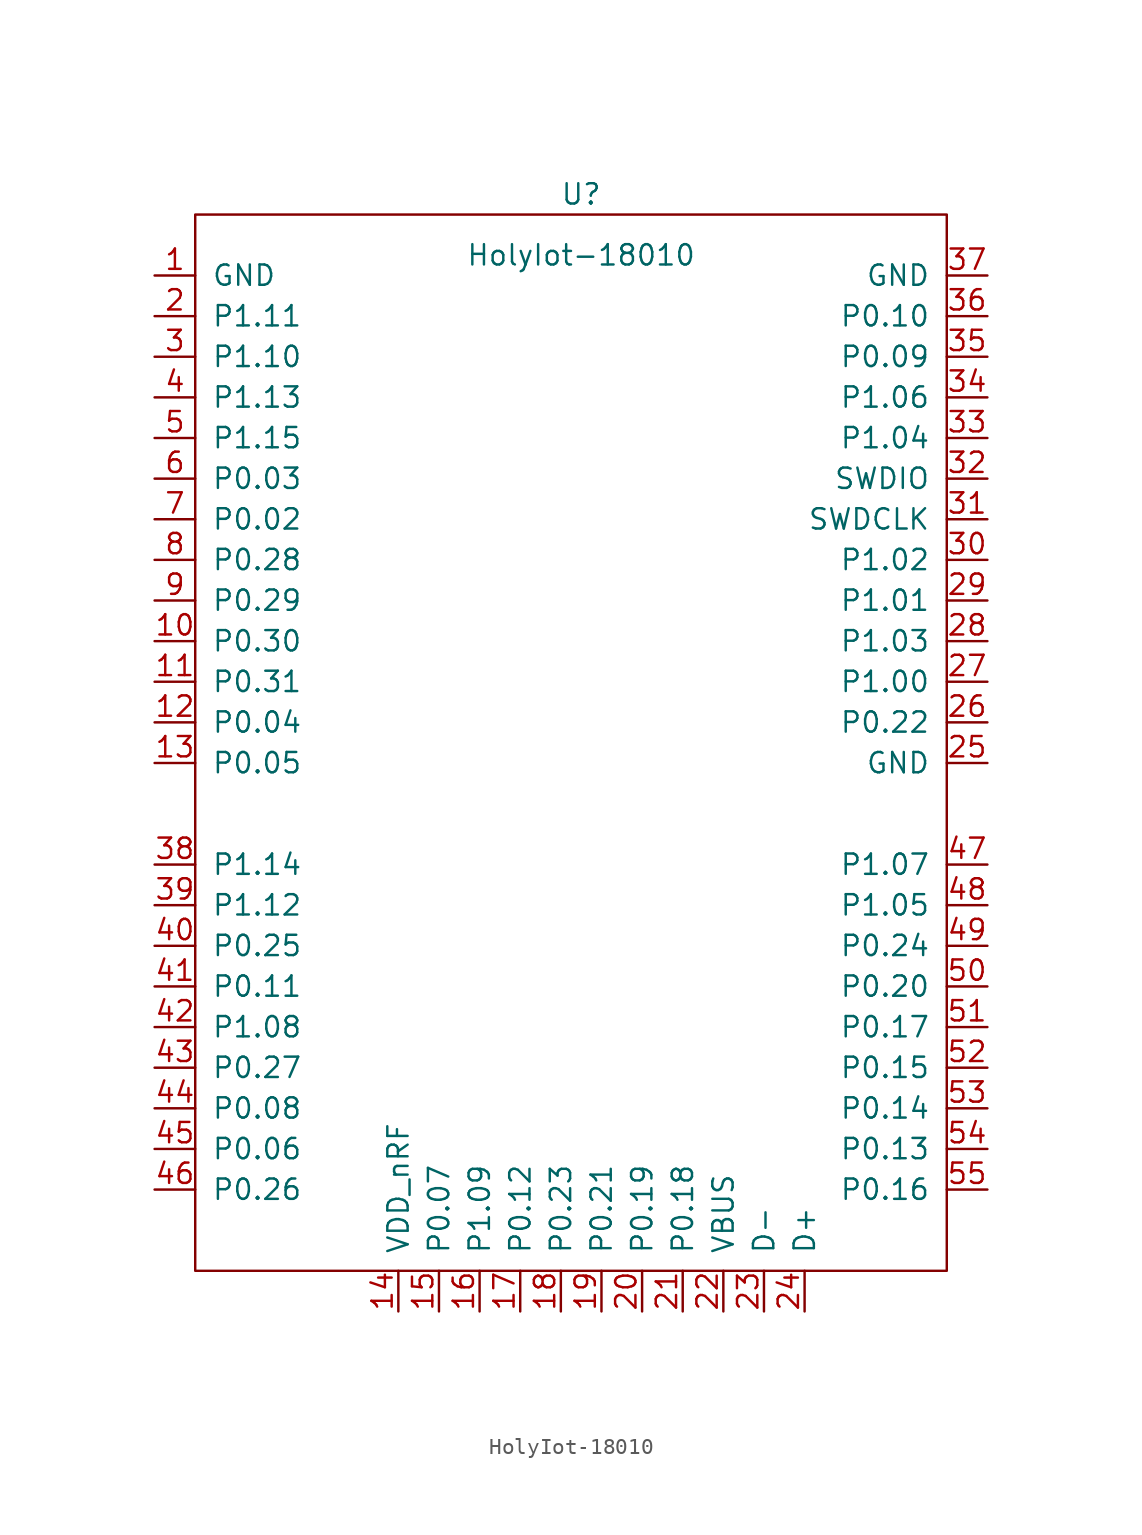
<source format=kicad_sym>
(kicad_symbol_lib
  (version 20211014)
  (generator kicad_symbol_editor)
  (symbol "HolyIot-18010"
    (pin_names
      (offset 1.016))
    (property "Reference" "U"
      (at 26.67 -1.27 0)
      (effects (font (size 1.27 1.27))))
    (property "Value" "HolyIot-18010"
      (at 26.67 -5.08 0)
      (effects (font (size 1.27 1.27))))
    (symbol "HolyIot-18010_0_1"
      (rectangle (start 2.54 -2.54) (end 49.53 -68.58) (stroke (width 0) (type default) (color 0 0 0 0)) (fill (type none))))
    (symbol "HolyIot-18010_1_1"
      (pin input line (at 0 -6.35 0) (length 2.54) (name "GND" (effects (font (size 1.27 1.27)))) (number "1" (effects (font (size 1.27 1.27)))))
      (pin bidirectional line (at 0 -29.21 0) (length 2.54) (name "P0.30" (effects (font (size 1.27 1.27)))) (number "10" (effects (font (size 1.27 1.27)))))
      (pin bidirectional line (at 0 -31.75 0) (length 2.54) (name "P0.31" (effects (font (size 1.27 1.27)))) (number "11" (effects (font (size 1.27 1.27)))))
      (pin bidirectional line (at 0 -34.29 0) (length 2.54) (name "P0.04" (effects (font (size 1.27 1.27)))) (number "12" (effects (font (size 1.27 1.27)))))
      (pin bidirectional line (at 0 -36.83 0) (length 2.54) (name "P0.05" (effects (font (size 1.27 1.27)))) (number "13" (effects (font (size 1.27 1.27)))))
      (pin bidirectional line (at 15.24 -71.12 90) (length 2.54) (name "VDD_nRF" (effects (font (size 1.27 1.27)))) (number "14" (effects (font (size 1.27 1.27)))))
      (pin bidirectional line (at 17.78 -71.12 90) (length 2.54) (name "P0.07" (effects (font (size 1.27 1.27)))) (number "15" (effects (font (size 1.27 1.27)))))
      (pin bidirectional line (at 20.32 -71.12 90) (length 2.54) (name "P1.09" (effects (font (size 1.27 1.27)))) (number "16" (effects (font (size 1.27 1.27)))))
      (pin bidirectional line (at 22.86 -71.12 90) (length 2.54) (name "P0.12" (effects (font (size 1.27 1.27)))) (number "17" (effects (font (size 1.27 1.27)))))
      (pin bidirectional line (at 25.4 -71.12 90) (length 2.54) (name "P0.23" (effects (font (size 1.27 1.27)))) (number "18" (effects (font (size 1.27 1.27)))))
      (pin bidirectional line (at 27.94 -71.12 90) (length 2.54) (name "P0.21" (effects (font (size 1.27 1.27)))) (number "19" (effects (font (size 1.27 1.27)))))
      (pin bidirectional line (at 0 -8.89 0) (length 2.54) (name "P1.11" (effects (font (size 1.27 1.27)))) (number "2" (effects (font (size 1.27 1.27)))))
      (pin bidirectional line (at 30.48 -71.12 90) (length 2.54) (name "P0.19" (effects (font (size 1.27 1.27)))) (number "20" (effects (font (size 1.27 1.27)))))
      (pin bidirectional line (at 33.02 -71.12 90) (length 2.54) (name "P0.18" (effects (font (size 1.27 1.27)))) (number "21" (effects (font (size 1.27 1.27)))))
      (pin input line (at 35.56 -71.12 90) (length 2.54) (name "VBUS" (effects (font (size 1.27 1.27)))) (number "22" (effects (font (size 1.27 1.27)))))
      (pin bidirectional line (at 38.1 -71.12 90) (length 2.54) (name "D-" (effects (font (size 1.27 1.27)))) (number "23" (effects (font (size 1.27 1.27)))))
      (pin bidirectional line (at 40.64 -71.12 90) (length 2.54) (name "D+" (effects (font (size 1.27 1.27)))) (number "24" (effects (font (size 1.27 1.27)))))
      (pin input line (at 52.07 -36.83 180) (length 2.54) (name "GND" (effects (font (size 1.27 1.27)))) (number "25" (effects (font (size 1.27 1.27)))))
      (pin bidirectional line (at 52.07 -34.29 180) (length 2.54) (name "P0.22" (effects (font (size 1.27 1.27)))) (number "26" (effects (font (size 1.27 1.27)))))
      (pin bidirectional line (at 52.07 -31.75 180) (length 2.54) (name "P1.00" (effects (font (size 1.27 1.27)))) (number "27" (effects (font (size 1.27 1.27)))))
      (pin bidirectional line (at 52.07 -29.21 180) (length 2.54) (name "P1.03" (effects (font (size 1.27 1.27)))) (number "28" (effects (font (size 1.27 1.27)))))
      (pin bidirectional line (at 52.07 -26.67 180) (length 2.54) (name "P1.01" (effects (font (size 1.27 1.27)))) (number "29" (effects (font (size 1.27 1.27)))))
      (pin bidirectional line (at 0 -11.43 0) (length 2.54) (name "P1.10" (effects (font (size 1.27 1.27)))) (number "3" (effects (font (size 1.27 1.27)))))
      (pin bidirectional line (at 52.07 -24.13 180) (length 2.54) (name "P1.02" (effects (font (size 1.27 1.27)))) (number "30" (effects (font (size 1.27 1.27)))))
      (pin input line (at 52.07 -21.59 180) (length 2.54) (name "SWDCLK" (effects (font (size 1.27 1.27)))) (number "31" (effects (font (size 1.27 1.27)))))
      (pin bidirectional line (at 52.07 -19.05 180) (length 2.54) (name "SWDIO" (effects (font (size 1.27 1.27)))) (number "32" (effects (font (size 1.27 1.27)))))
      (pin bidirectional line (at 52.07 -16.51 180) (length 2.54) (name "P1.04" (effects (font (size 1.27 1.27)))) (number "33" (effects (font (size 1.27 1.27)))))
      (pin bidirectional line (at 52.07 -13.97 180) (length 2.54) (name "P1.06" (effects (font (size 1.27 1.27)))) (number "34" (effects (font (size 1.27 1.27)))))
      (pin bidirectional line (at 52.07 -11.43 180) (length 2.54) (name "P0.09" (effects (font (size 1.27 1.27)))) (number "35" (effects (font (size 1.27 1.27)))))
      (pin bidirectional line (at 52.07 -8.89 180) (length 2.54) (name "P0.10" (effects (font (size 1.27 1.27)))) (number "36" (effects (font (size 1.27 1.27)))))
      (pin input line (at 52.07 -6.35 180) (length 2.54) (name "GND" (effects (font (size 1.27 1.27)))) (number "37" (effects (font (size 1.27 1.27)))))
      (pin bidirectional line (at 0 -43.18 0) (length 2.54) (name "P1.14" (effects (font (size 1.27 1.27)))) (number "38" (effects (font (size 1.27 1.27)))))
      (pin bidirectional line (at 0 -45.72 0) (length 2.54) (name "P1.12" (effects (font (size 1.27 1.27)))) (number "39" (effects (font (size 1.27 1.27)))))
      (pin bidirectional line (at 0 -13.97 0) (length 2.54) (name "P1.13" (effects (font (size 1.27 1.27)))) (number "4" (effects (font (size 1.27 1.27)))))
      (pin bidirectional line (at 0 -48.26 0) (length 2.54) (name "P0.25" (effects (font (size 1.27 1.27)))) (number "40" (effects (font (size 1.27 1.27)))))
      (pin bidirectional line (at 0 -50.8 0) (length 2.54) (name "P0.11" (effects (font (size 1.27 1.27)))) (number "41" (effects (font (size 1.27 1.27)))))
      (pin bidirectional line (at 0 -53.34 0) (length 2.54) (name "P1.08" (effects (font (size 1.27 1.27)))) (number "42" (effects (font (size 1.27 1.27)))))
      (pin bidirectional line (at 0 -55.88 0) (length 2.54) (name "P0.27" (effects (font (size 1.27 1.27)))) (number "43" (effects (font (size 1.27 1.27)))))
      (pin bidirectional line (at 0 -58.42 0) (length 2.54) (name "P0.08" (effects (font (size 1.27 1.27)))) (number "44" (effects (font (size 1.27 1.27)))))
      (pin bidirectional line (at 0 -60.96 0) (length 2.54) (name "P0.06" (effects (font (size 1.27 1.27)))) (number "45" (effects (font (size 1.27 1.27)))))
      (pin bidirectional line (at 0 -63.5 0) (length 2.54) (name "P0.26" (effects (font (size 1.27 1.27)))) (number "46" (effects (font (size 1.27 1.27)))))
      (pin bidirectional line (at 52.07 -43.18 180) (length 2.54) (name "P1.07" (effects (font (size 1.27 1.27)))) (number "47" (effects (font (size 1.27 1.27)))))
      (pin bidirectional line (at 52.07 -45.72 180) (length 2.54) (name "P1.05" (effects (font (size 1.27 1.27)))) (number "48" (effects (font (size 1.27 1.27)))))
      (pin bidirectional line (at 52.07 -48.26 180) (length 2.54) (name "P0.24" (effects (font (size 1.27 1.27)))) (number "49" (effects (font (size 1.27 1.27)))))
      (pin bidirectional line (at 0 -16.51 0) (length 2.54) (name "P1.15" (effects (font (size 1.27 1.27)))) (number "5" (effects (font (size 1.27 1.27)))))
      (pin bidirectional line (at 52.07 -50.8 180) (length 2.54) (name "P0.20" (effects (font (size 1.27 1.27)))) (number "50" (effects (font (size 1.27 1.27)))))
      (pin bidirectional line (at 52.07 -53.34 180) (length 2.54) (name "P0.17" (effects (font (size 1.27 1.27)))) (number "51" (effects (font (size 1.27 1.27)))))
      (pin bidirectional line (at 52.07 -55.88 180) (length 2.54) (name "P0.15" (effects (font (size 1.27 1.27)))) (number "52" (effects (font (size 1.27 1.27)))))
      (pin bidirectional line (at 52.07 -58.42 180) (length 2.54) (name "P0.14" (effects (font (size 1.27 1.27)))) (number "53" (effects (font (size 1.27 1.27)))))
      (pin bidirectional line (at 52.07 -60.96 180) (length 2.54) (name "P0.13" (effects (font (size 1.27 1.27)))) (number "54" (effects (font (size 1.27 1.27)))))
      (pin bidirectional line (at 52.07 -63.5 180) (length 2.54) (name "P0.16" (effects (font (size 1.27 1.27)))) (number "55" (effects (font (size 1.27 1.27)))))
      (pin bidirectional line (at 0 -19.05 0) (length 2.54) (name "P0.03" (effects (font (size 1.27 1.27)))) (number "6" (effects (font (size 1.27 1.27)))))
      (pin bidirectional line (at 0 -21.59 0) (length 2.54) (name "P0.02" (effects (font (size 1.27 1.27)))) (number "7" (effects (font (size 1.27 1.27)))))
      (pin bidirectional line (at 0 -24.13 0) (length 2.54) (name "P0.28" (effects (font (size 1.27 1.27)))) (number "8" (effects (font (size 1.27 1.27)))))
      (pin bidirectional line (at 0 -26.67 0) (length 2.54) (name "P0.29" (effects (font (size 1.27 1.27)))) (number "9" (effects (font (size 1.27 1.27))))))))
</source>
